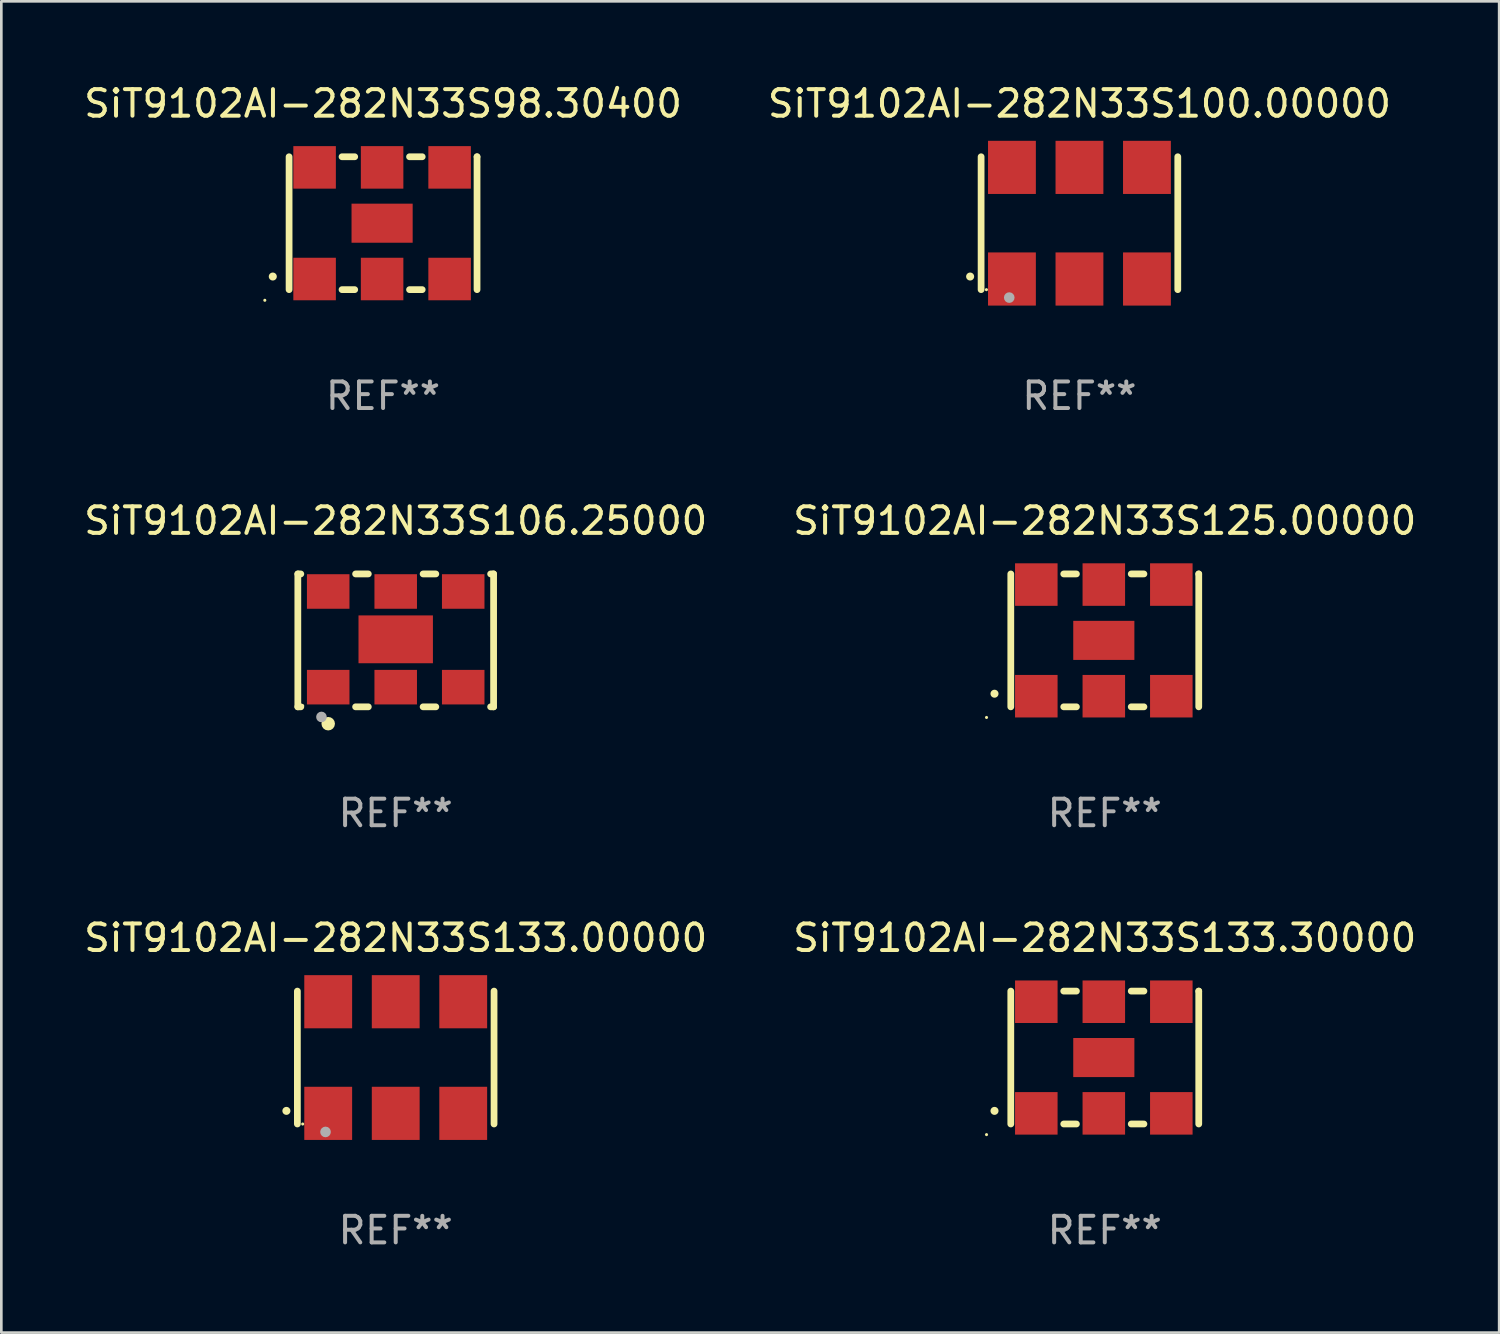
<source format=kicad_pcb>
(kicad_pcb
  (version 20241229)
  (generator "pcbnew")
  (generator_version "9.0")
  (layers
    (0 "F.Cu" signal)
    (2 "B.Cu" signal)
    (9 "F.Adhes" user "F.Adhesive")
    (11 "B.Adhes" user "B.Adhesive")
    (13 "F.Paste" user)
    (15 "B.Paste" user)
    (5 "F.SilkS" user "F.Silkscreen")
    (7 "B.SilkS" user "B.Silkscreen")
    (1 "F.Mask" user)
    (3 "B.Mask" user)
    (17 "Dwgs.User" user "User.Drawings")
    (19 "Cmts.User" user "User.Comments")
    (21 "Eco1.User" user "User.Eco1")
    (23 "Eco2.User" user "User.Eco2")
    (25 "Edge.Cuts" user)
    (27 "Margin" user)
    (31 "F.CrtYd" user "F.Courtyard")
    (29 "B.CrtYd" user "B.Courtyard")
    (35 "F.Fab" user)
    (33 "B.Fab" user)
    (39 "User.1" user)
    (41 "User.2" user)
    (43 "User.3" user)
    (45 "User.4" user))
  (footprint "SiT9102AI-282N33S133.30000"
    (layer "F.Cu")
    (at 38.518 36.741)
    (property "Reference" "SiT9102AI-282N33S133.30000" (at 0 -4.5 0) (layer "F.SilkS") (effects (font (size 1 1) (thickness 0.15))))
    (attr through_hole)
    (fp_line (start -3.536 -2.5) (end -3.536 2.5) (stroke (width 0.254) (type solid)) (layer "F.SilkS"))
    (fp_line (start -1.544 2.5) (end -1.067 2.5) (stroke (width 0.254) (type solid)) (layer "F.SilkS"))
    (fp_line (start -1.067 -2.5) (end -1.544 -2.5) (stroke (width 0.254) (type solid)) (layer "F.SilkS"))
    (fp_line (start 0.996 2.5) (end 1.473 2.5) (stroke (width 0.254) (type solid)) (layer "F.SilkS"))
    (fp_line (start 1.473 -2.5) (end 0.996 -2.5) (stroke (width 0.254) (type solid)) (layer "F.SilkS"))
    (fp_line (start 3.536 -2.5) (end 3.536 -2.5) (stroke (width 0.254) (type solid)) (layer "F.SilkS"))
    (fp_line (start 3.536 2.5) (end 3.536 -2.5) (stroke (width 0.254) (type solid)) (layer "F.SilkS"))
    (fp_arc (start -4.150432 2.006604) (mid -4.149162 2.006599) (end -4.147892 2.006604) (stroke (width 0.3) (type solid)) (layer "F.SilkS"))
    (fp_circle (center -4.449 2.9) (end -4.419 2.9) (stroke (width 0.06) (type solid)) (fill no) (layer "F.SilkS"))
    (fp_text user "REF**" (at 0 6.5 0) (layer "F.Fab") (effects (font (size 1 1) (thickness 0.15))))
    (pad "1" smd rect (at -2.576 2.1) (size 1.6 1.6) (layers "F.Cu" "F.Mask" "F.Paste"))
    (pad "2" smd rect (at -0.036 2.1) (size 1.6 1.6) (layers "F.Cu" "F.Mask" "F.Paste"))
    (pad "3" smd rect (at 2.504 2.1) (size 1.6 1.6) (layers "F.Cu" "F.Mask" "F.Paste"))
    (pad "4" smd rect (at 2.504 -2.1) (size 1.6 1.6) (layers "F.Cu" "F.Mask" "F.Paste"))
    (pad "5" smd rect (at -0.036 -2.1) (size 1.6 1.6) (layers "F.Cu" "F.Mask" "F.Paste"))
    (pad "6" smd rect (at -2.576 -2.1) (size 1.6 1.6) (layers "F.Cu" "F.Mask" "F.Paste"))
    (pad "7" smd rect (at -0.036 0) (size 2.3 1.47) (layers "F.Cu" "F.Mask" "F.Paste")))
  (footprint "SiT9102AI-282N33S125.00000"
    (layer "F.Cu")
    (at 38.518 21.045)
    (property "Reference" "SiT9102AI-282N33S125.00000" (at 0 -4.5 0) (layer "F.SilkS") (effects (font (size 1 1) (thickness 0.15))))
    (attr through_hole)
    (fp_line (start -3.536 -2.5) (end -3.536 2.5) (stroke (width 0.254) (type solid)) (layer "F.SilkS"))
    (fp_line (start -1.544 2.5) (end -1.067 2.5) (stroke (width 0.254) (type solid)) (layer "F.SilkS"))
    (fp_line (start -1.067 -2.5) (end -1.544 -2.5) (stroke (width 0.254) (type solid)) (layer "F.SilkS"))
    (fp_line (start 0.996 2.5) (end 1.473 2.5) (stroke (width 0.254) (type solid)) (layer "F.SilkS"))
    (fp_line (start 1.473 -2.5) (end 0.996 -2.5) (stroke (width 0.254) (type solid)) (layer "F.SilkS"))
    (fp_line (start 3.536 -2.5) (end 3.536 -2.5) (stroke (width 0.254) (type solid)) (layer "F.SilkS"))
    (fp_line (start 3.536 2.5) (end 3.536 -2.5) (stroke (width 0.254) (type solid)) (layer "F.SilkS"))
    (fp_arc (start -4.150432 2.006604) (mid -4.149162 2.006599) (end -4.147892 2.006604) (stroke (width 0.3) (type solid)) (layer "F.SilkS"))
    (fp_circle (center -4.449 2.9) (end -4.419 2.9) (stroke (width 0.06) (type solid)) (fill no) (layer "F.SilkS"))
    (fp_text user "REF**" (at 0 6.5 0) (layer "F.Fab") (effects (font (size 1 1) (thickness 0.15))))
    (pad "1" smd rect (at -2.576 2.1) (size 1.6 1.6) (layers "F.Cu" "F.Mask" "F.Paste"))
    (pad "2" smd rect (at -0.036 2.1) (size 1.6 1.6) (layers "F.Cu" "F.Mask" "F.Paste"))
    (pad "3" smd rect (at 2.504 2.1) (size 1.6 1.6) (layers "F.Cu" "F.Mask" "F.Paste"))
    (pad "4" smd rect (at 2.504 -2.1) (size 1.6 1.6) (layers "F.Cu" "F.Mask" "F.Paste"))
    (pad "5" smd rect (at -0.036 -2.1) (size 1.6 1.6) (layers "F.Cu" "F.Mask" "F.Paste"))
    (pad "6" smd rect (at -2.576 -2.1) (size 1.6 1.6) (layers "F.Cu" "F.Mask" "F.Paste"))
    (pad "7" smd rect (at -0.036 0) (size 2.3 1.47) (layers "F.Cu" "F.Mask" "F.Paste")))
  (footprint "SiT9102AI-282N33S133.00000"
    (layer "F.Cu")
    (at 11.839 36.741)
    (property "Reference" "SiT9102AI-282N33S133.00000" (at 0 -4.5 0) (layer "F.SilkS") (effects (font (size 1 1) (thickness 0.15))))
    (attr through_hole)
    (fp_line (start -3.7 -2.5) (end -3.7 2.5) (stroke (width 0.254) (type solid)) (layer "F.SilkS"))
    (fp_line (start 3.7 -2.5) (end 3.7 2.5) (stroke (width 0.254) (type solid)) (layer "F.SilkS"))
    (fp_arc (start -4.114415 2.006604) (mid -4.113145 2.006599) (end -4.111875 2.006604) (stroke (width 0.3) (type solid)) (layer "F.SilkS"))
    (fp_circle (center -3.5 2.501) (end -3.47 2.501) (stroke (width 0.06) (type solid)) (fill no) (layer "F.SilkS"))
    (fp_circle (center -2.641 2.799) (end -2.541 2.799) (stroke (width 0.2) (type solid)) (fill no) (layer "F.Fab"))
    (fp_text user "REF**" (at 0 6.5 0) (layer "F.Fab") (effects (font (size 1 1) (thickness 0.15))))
    (pad "1" smd rect (at -2.54 2.1) (size 1.8 2) (layers "F.Cu" "F.Mask" "F.Paste"))
    (pad "2" smd rect (at 0.000394 2.1) (size 1.8 2) (layers "F.Cu" "F.Mask" "F.Paste"))
    (pad "3" smd rect (at 2.54 2.1) (size 1.8 2) (layers "F.Cu" "F.Mask" "F.Paste"))
    (pad "4" smd rect (at 2.54 -2.1) (size 1.8 2) (layers "F.Cu" "F.Mask" "F.Paste"))
    (pad "5" smd rect (at 0.000394 -2.1) (size 1.8 2) (layers "F.Cu" "F.Mask" "F.Paste"))
    (pad "6" smd rect (at -2.54 -2.1) (size 1.8 2) (layers "F.Cu" "F.Mask" "F.Paste")))
  (footprint "SiT9102AI-282N33S100.00000"
    (layer "F.Cu")
    (at 37.565 5.348)
    (property "Reference" "SiT9102AI-282N33S100.00000" (at 0 -4.5 0) (layer "F.SilkS") (effects (font (size 1 1) (thickness 0.15))))
    (attr through_hole)
    (fp_line (start -3.7 -2.5) (end -3.7 2.5) (stroke (width 0.254) (type solid)) (layer "F.SilkS"))
    (fp_line (start 3.7 -2.5) (end 3.7 2.5) (stroke (width 0.254) (type solid)) (layer "F.SilkS"))
    (fp_arc (start -4.114415 2.006604) (mid -4.113145 2.006599) (end -4.111875 2.006604) (stroke (width 0.3) (type solid)) (layer "F.SilkS"))
    (fp_circle (center -3.5 2.501) (end -3.47 2.501) (stroke (width 0.06) (type solid)) (fill no) (layer "F.SilkS"))
    (fp_circle (center -2.641 2.799) (end -2.541 2.799) (stroke (width 0.2) (type solid)) (fill no) (layer "F.Fab"))
    (fp_text user "REF**" (at 0 6.5 0) (layer "F.Fab") (effects (font (size 1 1) (thickness 0.15))))
    (pad "1" smd rect (at -2.54 2.1) (size 1.8 2) (layers "F.Cu" "F.Mask" "F.Paste"))
    (pad "2" smd rect (at 0.000394 2.1) (size 1.8 2) (layers "F.Cu" "F.Mask" "F.Paste"))
    (pad "3" smd rect (at 2.54 2.1) (size 1.8 2) (layers "F.Cu" "F.Mask" "F.Paste"))
    (pad "4" smd rect (at 2.54 -2.1) (size 1.8 2) (layers "F.Cu" "F.Mask" "F.Paste"))
    (pad "5" smd rect (at 0.000394 -2.1) (size 1.8 2) (layers "F.Cu" "F.Mask" "F.Paste"))
    (pad "6" smd rect (at -2.54 -2.1) (size 1.8 2) (layers "F.Cu" "F.Mask" "F.Paste")))
  (footprint "SiT9102AI-282N33S98.30400"
    (layer "F.Cu")
    (at 11.363 5.348)
    (property "Reference" "SiT9102AI-282N33S98.30400" (at 0 -4.5 0) (layer "F.SilkS") (effects (font (size 1 1) (thickness 0.15))))
    (attr through_hole)
    (fp_line (start -3.536 -2.5) (end -3.536 2.5) (stroke (width 0.254) (type solid)) (layer "F.SilkS"))
    (fp_line (start -1.544 2.5) (end -1.067 2.5) (stroke (width 0.254) (type solid)) (layer "F.SilkS"))
    (fp_line (start -1.067 -2.5) (end -1.544 -2.5) (stroke (width 0.254) (type solid)) (layer "F.SilkS"))
    (fp_line (start 0.996 2.5) (end 1.473 2.5) (stroke (width 0.254) (type solid)) (layer "F.SilkS"))
    (fp_line (start 1.473 -2.5) (end 0.996 -2.5) (stroke (width 0.254) (type solid)) (layer "F.SilkS"))
    (fp_line (start 3.536 -2.5) (end 3.536 -2.5) (stroke (width 0.254) (type solid)) (layer "F.SilkS"))
    (fp_line (start 3.536 2.5) (end 3.536 -2.5) (stroke (width 0.254) (type solid)) (layer "F.SilkS"))
    (fp_arc (start -4.150432 2.006604) (mid -4.149162 2.006599) (end -4.147892 2.006604) (stroke (width 0.3) (type solid)) (layer "F.SilkS"))
    (fp_circle (center -4.449 2.9) (end -4.419 2.9) (stroke (width 0.06) (type solid)) (fill no) (layer "F.SilkS"))
    (fp_text user "REF**" (at 0 6.5 0) (layer "F.Fab") (effects (font (size 1 1) (thickness 0.15))))
    (pad "1" smd rect (at -2.576 2.1) (size 1.6 1.6) (layers "F.Cu" "F.Mask" "F.Paste"))
    (pad "2" smd rect (at -0.036 2.1) (size 1.6 1.6) (layers "F.Cu" "F.Mask" "F.Paste"))
    (pad "3" smd rect (at 2.504 2.1) (size 1.6 1.6) (layers "F.Cu" "F.Mask" "F.Paste"))
    (pad "4" smd rect (at 2.504 -2.1) (size 1.6 1.6) (layers "F.Cu" "F.Mask" "F.Paste"))
    (pad "5" smd rect (at -0.036 -2.1) (size 1.6 1.6) (layers "F.Cu" "F.Mask" "F.Paste"))
    (pad "6" smd rect (at -2.576 -2.1) (size 1.6 1.6) (layers "F.Cu" "F.Mask" "F.Paste"))
    (pad "7" smd rect (at -0.036 0) (size 2.3 1.47) (layers "F.Cu" "F.Mask" "F.Paste")))
  (footprint "SiT9102AI-282N33S106.25000"
    (layer "F.Cu")
    (at 11.839 21.045)
    (property "Reference" "SiT9102AI-282N33S106.25000" (at 0 -4.5 0) (layer "F.SilkS") (effects (font (size 1 1) (thickness 0.15))))
    (attr through_hole)
    (fp_line (start -3.683 -2.5) (end -3.571 -2.5) (stroke (width 0.254) (type solid)) (layer "F.SilkS"))
    (fp_line (start -3.683 2.5) (end -3.683 -2.5) (stroke (width 0.254) (type solid)) (layer "F.SilkS"))
    (fp_line (start -3.683 2.5) (end -3.571 2.5) (stroke (width 0.254) (type solid)) (layer "F.SilkS"))
    (fp_line (start -1.509 -2.5) (end -1.031 -2.5) (stroke (width 0.254) (type solid)) (layer "F.SilkS"))
    (fp_line (start -1.509 2.5) (end -1.031 2.5) (stroke (width 0.254) (type solid)) (layer "F.SilkS"))
    (fp_line (start 1.031 -2.5) (end 1.509 -2.5) (stroke (width 0.254) (type solid)) (layer "F.SilkS"))
    (fp_line (start 1.031 2.5) (end 1.509 2.5) (stroke (width 0.254) (type solid)) (layer "F.SilkS"))
    (fp_line (start 3.571 -2.5) (end 3.683 -2.5) (stroke (width 0.254) (type solid)) (layer "F.SilkS"))
    (fp_line (start 3.571 2.5) (end 3.683 2.5) (stroke (width 0.254) (type solid)) (layer "F.SilkS"))
    (fp_line (start 3.683 2.5) (end 3.683 -2.5) (stroke (width 0.254) (type solid)) (layer "F.SilkS"))
    (fp_circle (center -3.5 2.46) (end -3.47 2.46) (stroke (width 0.06) (type solid)) (fill no) (layer "F.SilkS"))
    (fp_circle (center -2.54 3.135) (end -2.413 3.135) (stroke (width 0.254) (type solid)) (fill no) (layer "F.SilkS"))
    (fp_circle (center -2.794 2.881) (end -2.694 2.881) (stroke (width 0.2) (type solid)) (fill no) (layer "F.Fab"))
    (fp_text user "REF**" (at 0 6.5 0) (layer "F.Fab") (effects (font (size 1 1) (thickness 0.15))))
    (pad "1" smd rect (at -2.54 1.76) (size 1.6 1.3) (layers "F.Cu" "F.Mask" "F.Paste"))
    (pad "2" smd rect (at 0 1.76) (size 1.6 1.3) (layers "F.Cu" "F.Mask" "F.Paste"))
    (pad "3" smd rect (at 2.54 1.76) (size 1.6 1.3) (layers "F.Cu" "F.Mask" "F.Paste"))
    (pad "4" smd rect (at 2.54 -1.84) (size 1.6 1.3) (layers "F.Cu" "F.Mask" "F.Paste"))
    (pad "5" smd rect (at 0 -1.84) (size 1.6 1.3) (layers "F.Cu" "F.Mask" "F.Paste"))
    (pad "6" smd rect (at -2.54 -1.84) (size 1.6 1.3) (layers "F.Cu" "F.Mask" "F.Paste"))
    (pad "7" smd rect (at 0 -0.04) (size 2.8 1.8) (layers "F.Cu" "F.Mask" "F.Paste")))
  (gr_rect
    (start -3 -3)
    (end 53.357 47.09)
    (stroke (width 0.1) (type default))
    (fill no)
    (layer "Edge.Cuts")))
</source>
